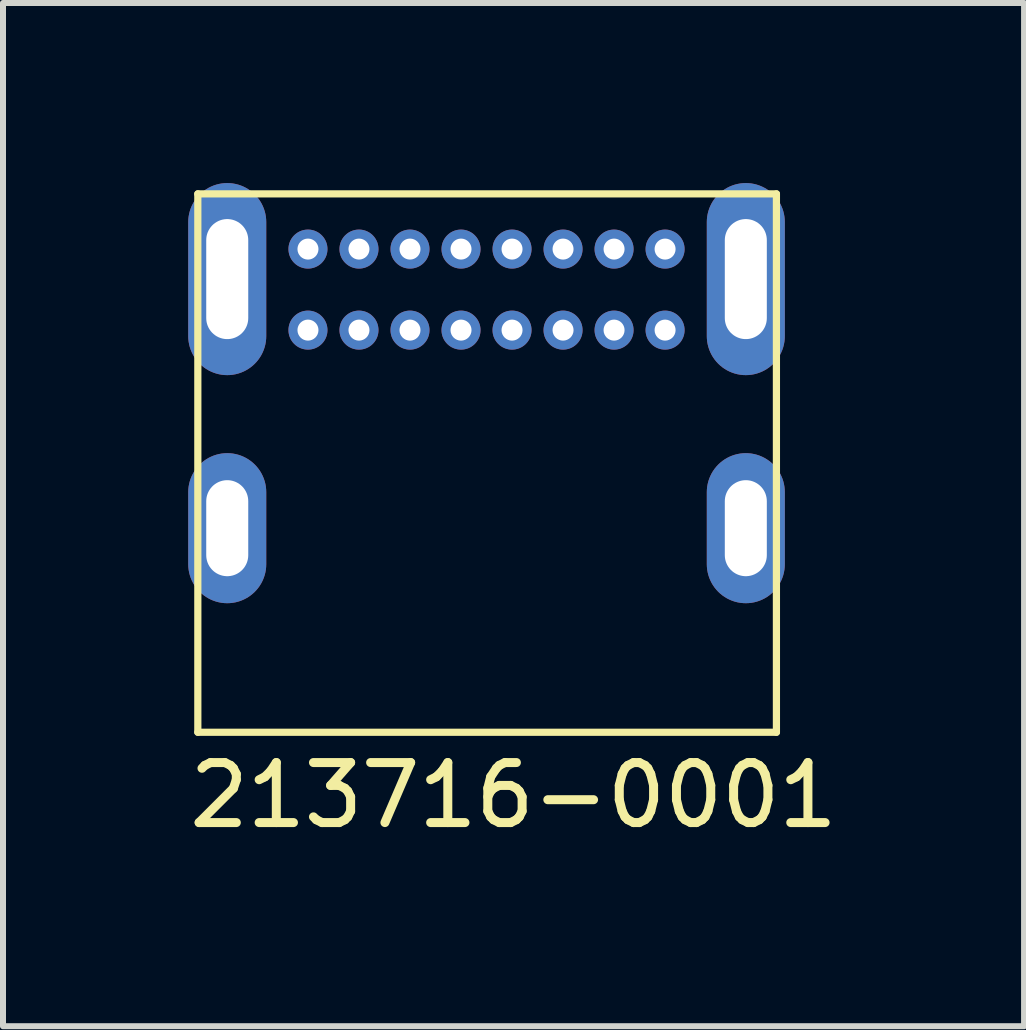
<source format=kicad_pcb>
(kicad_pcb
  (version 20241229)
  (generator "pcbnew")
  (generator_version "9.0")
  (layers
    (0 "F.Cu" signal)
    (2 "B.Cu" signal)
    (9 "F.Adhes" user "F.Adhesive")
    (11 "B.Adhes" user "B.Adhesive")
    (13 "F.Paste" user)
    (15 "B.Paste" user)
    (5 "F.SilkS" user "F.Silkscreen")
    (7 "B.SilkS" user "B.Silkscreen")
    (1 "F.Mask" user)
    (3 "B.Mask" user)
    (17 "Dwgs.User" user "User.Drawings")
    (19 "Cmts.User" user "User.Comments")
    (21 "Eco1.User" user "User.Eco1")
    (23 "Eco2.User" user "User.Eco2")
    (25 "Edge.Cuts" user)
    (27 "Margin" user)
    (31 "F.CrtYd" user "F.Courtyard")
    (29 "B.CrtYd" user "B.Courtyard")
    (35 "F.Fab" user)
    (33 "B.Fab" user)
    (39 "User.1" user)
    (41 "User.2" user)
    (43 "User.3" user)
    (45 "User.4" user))
  (footprint "213716-0001"
    (layer "F.Cu")
    (at 0.736 1.6)
    (property "Reference" "213716-0001" (at 4.77 8.6 0) (layer "F.SilkS") (effects (font (size 1 1) (thickness 0.15))))
    (attr through_hole)
    (fp_line (start -0.49 -1.42) (end -0.49 7.55) (stroke (width 0.12) (type solid)) (layer "F.SilkS"))
    (fp_line (start -0.49 -1.42) (end 9.15 -1.42) (stroke (width 0.12) (type solid)) (layer "F.SilkS"))
    (fp_line (start -0.49 7.55) (end 9.15 7.55) (stroke (width 0.12) (type solid)) (layer "F.SilkS"))
    (fp_line (start 9.15 -1.42) (end 9.15 7.55) (stroke (width 0.12) (type solid)) (layer "F.SilkS"))
    (pad "A1" thru_hole circle (at 1.345 -0.5) (size 0.65 0.65) (drill 0.35) (layers "*.Cu" "*.Mask"))
    (pad "A4" thru_hole circle (at 2.195 -0.5) (size 0.65 0.65) (drill 0.35) (layers "*.Cu" "*.Mask"))
    (pad "A5" thru_hole circle (at 3.045 -0.5) (size 0.65 0.65) (drill 0.35) (layers "*.Cu" "*.Mask"))
    (pad "A6" thru_hole circle (at 3.895 -0.5) (size 0.65 0.65) (drill 0.35) (layers "*.Cu" "*.Mask"))
    (pad "A7" thru_hole circle (at 4.745 -0.5) (size 0.65 0.65) (drill 0.35) (layers "*.Cu" "*.Mask"))
    (pad "A8" thru_hole circle (at 5.595 -0.5) (size 0.65 0.65) (drill 0.35) (layers "*.Cu" "*.Mask"))
    (pad "A9" thru_hole circle (at 6.445 -0.5) (size 0.65 0.65) (drill 0.35) (layers "*.Cu" "*.Mask"))
    (pad "A12" thru_hole circle (at 7.295 -0.5) (size 0.65 0.65) (drill 0.35) (layers "*.Cu" "*.Mask"))
    (pad "B1" thru_hole circle (at 7.295 0.85) (size 0.65 0.65) (drill 0.35) (layers "*.Cu" "*.Mask"))
    (pad "B4" thru_hole circle (at 6.445 0.85) (size 0.65 0.65) (drill 0.35) (layers "*.Cu" "*.Mask"))
    (pad "B5" thru_hole circle (at 5.595 0.85) (size 0.65 0.65) (drill 0.35) (layers "*.Cu" "*.Mask"))
    (pad "B6" thru_hole circle (at 4.745 0.85) (size 0.65 0.65) (drill 0.35) (layers "*.Cu" "*.Mask"))
    (pad "B7" thru_hole circle (at 3.895 0.85) (size 0.65 0.65) (drill 0.35) (layers "*.Cu" "*.Mask"))
    (pad "B8" thru_hole circle (at 3.045 0.85) (size 0.65 0.65) (drill 0.35) (layers "*.Cu" "*.Mask"))
    (pad "B9" thru_hole circle (at 2.195 0.85) (size 0.65 0.65) (drill 0.35) (layers "*.Cu" "*.Mask"))
    (pad "B12" thru_hole circle (at 1.345 0.85) (size 0.65 0.65) (drill 0.35) (layers "*.Cu" "*.Mask"))
    (pad "S1" thru_hole oval (at 0 0) (size 1.3 3.2) (drill oval 0.7 2) (layers "*.Cu" "*.Mask"))
    (pad "S1" thru_hole oval (at 0 4.15) (size 1.3 2.5) (drill oval 0.7 1.6) (layers "*.Cu" "*.Mask"))
    (pad "S1" thru_hole oval (at 8.64 0) (size 1.3 3.2) (drill oval 0.7 2) (layers "*.Cu" "*.Mask"))
    (pad "S1" thru_hole oval (at 8.64 4.15) (size 1.3 2.5) (drill oval 0.7 1.6) (layers "*.Cu" "*.Mask")))
  (gr_rect
    (start -3 -3)
    (end 14.012 14.048)
    (stroke (width 0.1) (type default))
    (fill no)
    (layer "Edge.Cuts")))
</source>
